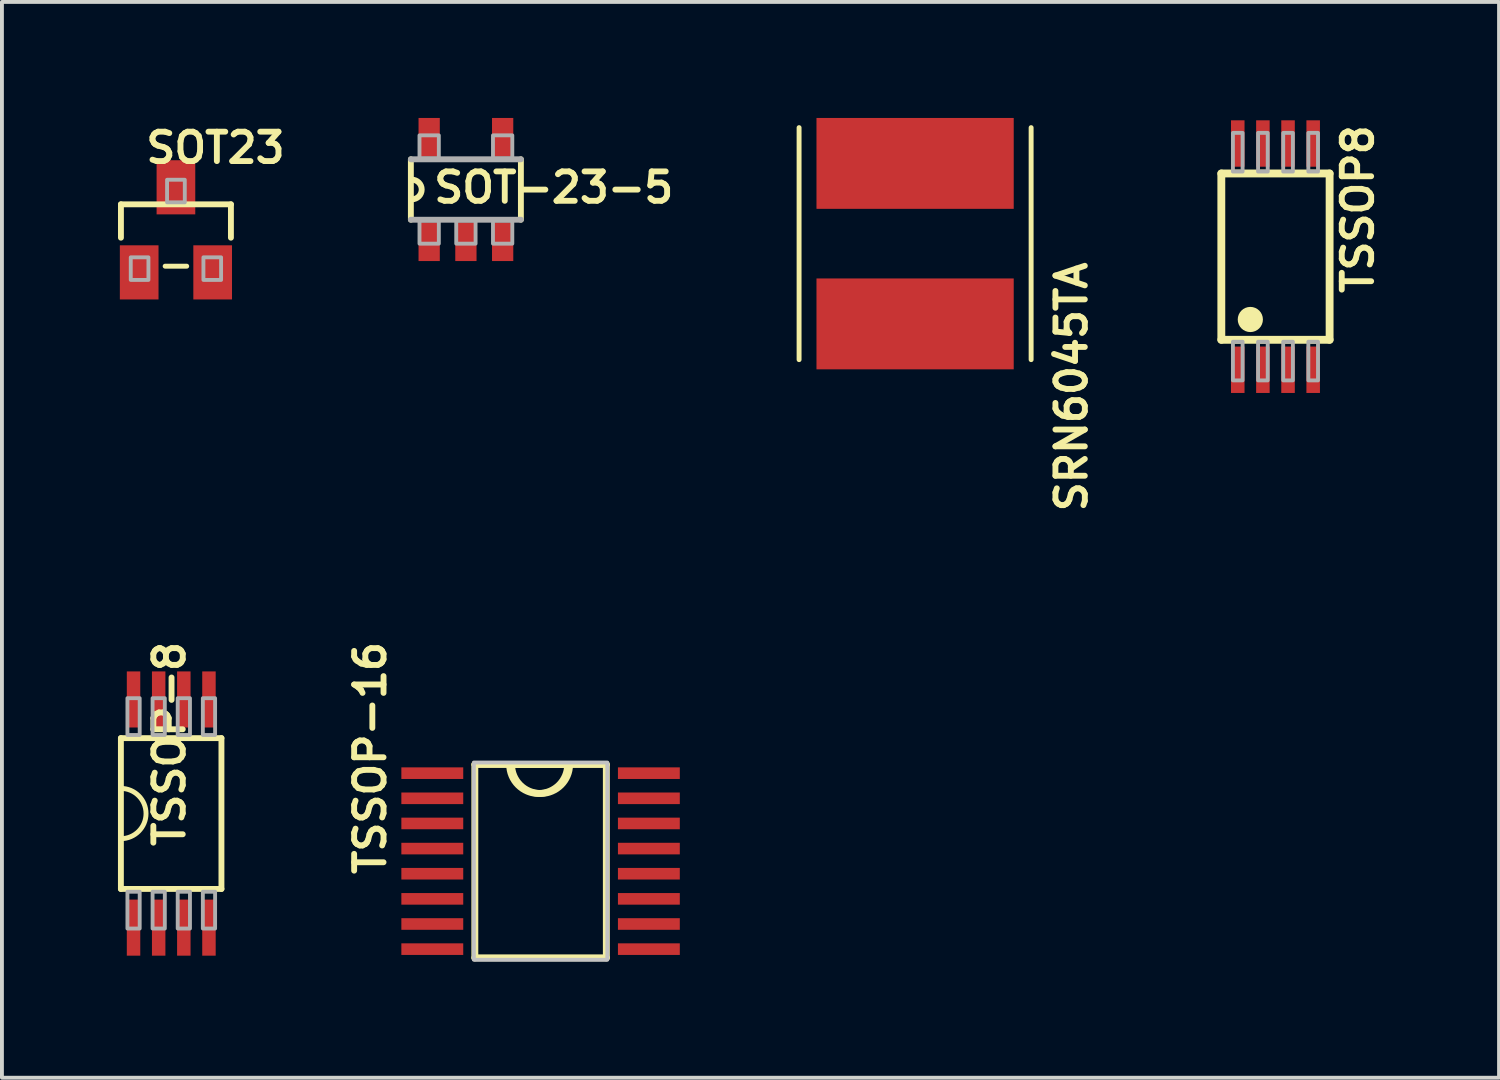
<source format=kicad_pcb>
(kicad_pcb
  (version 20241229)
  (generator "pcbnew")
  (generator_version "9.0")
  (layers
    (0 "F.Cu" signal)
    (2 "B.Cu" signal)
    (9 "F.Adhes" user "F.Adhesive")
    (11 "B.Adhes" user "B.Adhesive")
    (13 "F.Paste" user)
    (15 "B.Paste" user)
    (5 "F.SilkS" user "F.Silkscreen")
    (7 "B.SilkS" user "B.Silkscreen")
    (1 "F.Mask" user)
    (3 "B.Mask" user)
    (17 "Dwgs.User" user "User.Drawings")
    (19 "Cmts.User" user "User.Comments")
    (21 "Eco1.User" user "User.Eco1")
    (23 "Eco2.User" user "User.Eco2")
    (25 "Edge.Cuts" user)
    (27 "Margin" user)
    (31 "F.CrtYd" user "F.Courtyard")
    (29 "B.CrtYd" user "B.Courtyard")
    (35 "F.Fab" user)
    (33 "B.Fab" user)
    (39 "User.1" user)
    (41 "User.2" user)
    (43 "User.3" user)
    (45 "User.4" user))
  (footprint "SOT-23-5"
    (layer "F.Cu")
    (at 8.997 1.85)
    (property "Reference" "SOT-23-5" (at -0.905 0.393 0) (layer "F.SilkS") (effects (font (size 0.76 0.76) (thickness 0.152)) (justify left bottom)))
    (attr through_hole)
    (fp_line (start -1.423 0.781) (end -1.423 -0.781) (stroke (width 0.152) (type solid)) (layer "F.SilkS"))
    (fp_line (start 1.422 -0.781) (end 1.422 0.781) (stroke (width 0.152) (type solid)) (layer "F.SilkS"))
    (fp_arc (start -1.397 -0.254) (mid -1.143 0) (end -1.397 0.254) (stroke (width 0.1524) (type solid)) (layer "F.SilkS"))
    (fp_line (start -1.423 -0.781) (end 1.422 -0.781) (stroke (width 0.152) (type solid)) (layer "F.Fab"))
    (fp_line (start 1.422 0.781) (end -1.423 0.781) (stroke (width 0.152) (type solid)) (layer "F.Fab"))
    (fp_poly (pts (xy -1.2 -0.8) (xy -0.7 -0.8) (xy -0.7 -1.4) (xy -1.2 -1.4)) (stroke (width 0.1) (type solid)) (fill no) (layer "F.Fab"))
    (fp_poly (pts (xy -1.2 1.4) (xy -0.7 1.4) (xy -0.7 0.8) (xy -1.2 0.8)) (stroke (width 0.1) (type solid)) (fill no) (layer "F.Fab"))
    (fp_poly (pts (xy -0.25 1.4) (xy 0.25 1.4) (xy 0.25 0.8) (xy -0.25 0.8)) (stroke (width 0.1) (type solid)) (fill no) (layer "F.Fab"))
    (fp_poly (pts (xy 0.7 -0.8) (xy 1.2 -0.8) (xy 1.2 -1.4) (xy 0.7 -1.4)) (stroke (width 0.1) (type solid)) (fill no) (layer "F.Fab"))
    (fp_poly (pts (xy 0.7 1.4) (xy 1.2 1.4) (xy 1.2 0.8) (xy 0.7 0.8)) (stroke (width 0.1) (type solid)) (fill no) (layer "F.Fab"))
    (pad "1" smd rect (at -0.95 1.35 90) (size 1 0.55) (layers "F.Cu" "F.Mask" "F.Paste"))
    (pad "2" smd rect (at 0 1.35 90) (size 1 0.55) (layers "F.Cu" "F.Mask" "F.Paste"))
    (pad "3" smd rect (at 0.95 1.35 90) (size 1 0.55) (layers "F.Cu" "F.Mask" "F.Paste"))
    (pad "4" smd rect (at 0.95 -1.35 90) (size 1 0.55) (layers "F.Cu" "F.Mask" "F.Paste"))
    (pad "5" smd rect (at -0.95 -1.35 90) (size 1 0.55) (layers "F.Cu" "F.Mask" "F.Paste")))
  (footprint "SOT23"
    (layer "F.Cu")
    (at 1.499 2.893)
    (property "Reference" "SOT23" (at -0.851 -1.677 180) (layer "F.SilkS") (effects (font (size 0.76 0.76) (thickness 0.152)) (justify left bottom)))
    (attr through_hole)
    (fp_line (start -1.422 -0.66) (end 1.422 -0.66) (stroke (width 0.152) (type solid)) (layer "F.SilkS"))
    (fp_line (start -1.422 0.203) (end -1.422 -0.66) (stroke (width 0.152) (type solid)) (layer "F.SilkS"))
    (fp_line (start -0.279 0.94) (end 0.279 0.94) (stroke (width 0.127) (type solid)) (layer "F.SilkS"))
    (fp_line (start 1.422 -0.66) (end 1.422 0.203) (stroke (width 0.152) (type solid)) (layer "F.SilkS"))
    (fp_poly (pts (xy -1.168 1.295) (xy -0.711 1.295) (xy -0.711 0.711) (xy -1.168 0.711)) (stroke (width 0.1) (type solid)) (fill no) (layer "F.Fab"))
    (fp_poly (pts (xy -0.229 -0.711) (xy 0.229 -0.711) (xy 0.229 -1.295) (xy -0.229 -1.295)) (stroke (width 0.1) (type solid)) (fill no) (layer "F.Fab"))
    (fp_poly (pts (xy 0.711 1.295) (xy 1.168 1.295) (xy 1.168 0.711) (xy 0.711 0.711)) (stroke (width 0.1) (type solid)) (fill no) (layer "F.Fab"))
    (pad "1" smd rect (at -0.95 1.1) (size 1 1.4) (layers "F.Cu" "F.Mask" "F.Paste"))
    (pad "2" smd rect (at 0.95 1.1) (size 1 1.4) (layers "F.Cu" "F.Mask" "F.Paste"))
    (pad "3" smd rect (at 0 -1.1) (size 1 1.4) (layers "F.Cu" "F.Mask" "F.Paste")))
  (footprint "SRN6045TA"
    (layer "F.Cu")
    (at 20.612 3.25)
    (property "Reference" "SRN6045TA" (at 3.6 0.4 90) (layer "F.SilkS") (effects (font (size 0.76 0.76) (thickness 0.152)) (justify right top)))
    (attr through_hole)
    (fp_line (start -3 -3) (end -3 3) (stroke (width 0.127) (type solid)) (layer "F.SilkS"))
    (fp_line (start 3 3) (end 3 -3) (stroke (width 0.127) (type solid)) (layer "F.SilkS"))
    (pad "1" smd rect (at 0 -2.075 180) (size 5.1 2.35) (layers "F.Cu" "F.Mask" "F.Paste"))
    (pad "2" smd rect (at 0 2.075 180) (size 5.1 2.35) (layers "F.Cu" "F.Mask" "F.Paste")))
  (footprint "TSSOP8"
    (layer "F.Cu")
    (at 29.93 3.586)
    (property "Reference" "TSSOP8" (at 2.575 1.025 90) (layer "F.SilkS") (effects (font (size 0.76 0.76) (thickness 0.152)) (justify left bottom)))
    (attr through_hole)
    (fp_line (start -1.4 -2.15) (end -1.4 2.15) (stroke (width 0.203) (type solid)) (layer "F.SilkS"))
    (fp_line (start -1.4 2.15) (end 1.4 2.15) (stroke (width 0.203) (type solid)) (layer "F.SilkS"))
    (fp_line (start 1.4 -2.15) (end -1.4 -2.15) (stroke (width 0.203) (type solid)) (layer "F.SilkS"))
    (fp_line (start 1.4 2.15) (end 1.4 -2.15) (stroke (width 0.203) (type solid)) (layer "F.SilkS"))
    (fp_circle (center -0.65 1.625) (end -0.487 1.625) (stroke (width 0.325) (type solid)) (fill no) (layer "F.SilkS"))
    (fp_poly (pts (xy -1.1 -2.2) (xy -0.85 -2.2) (xy -0.85 -3.2) (xy -1.1 -3.2)) (stroke (width 0.1) (type solid)) (fill no) (layer "F.Fab"))
    (fp_poly (pts (xy -1.1 3.2) (xy -0.85 3.2) (xy -0.85 2.2) (xy -1.1 2.2)) (stroke (width 0.1) (type solid)) (fill no) (layer "F.Fab"))
    (fp_poly (pts (xy -0.45 -2.2) (xy -0.2 -2.2) (xy -0.2 -3.2) (xy -0.45 -3.2)) (stroke (width 0.1) (type solid)) (fill no) (layer "F.Fab"))
    (fp_poly (pts (xy -0.45 3.2) (xy -0.2 3.2) (xy -0.2 2.2) (xy -0.45 2.2)) (stroke (width 0.1) (type solid)) (fill no) (layer "F.Fab"))
    (fp_poly (pts (xy 0.2 -2.2) (xy 0.45 -2.2) (xy 0.45 -3.2) (xy 0.2 -3.2)) (stroke (width 0.1) (type solid)) (fill no) (layer "F.Fab"))
    (fp_poly (pts (xy 0.2 3.2) (xy 0.45 3.2) (xy 0.45 2.2) (xy 0.2 2.2)) (stroke (width 0.1) (type solid)) (fill no) (layer "F.Fab"))
    (fp_poly (pts (xy 0.85 -2.2) (xy 1.1 -2.2) (xy 1.1 -3.2) (xy 0.85 -3.2)) (stroke (width 0.1) (type solid)) (fill no) (layer "F.Fab"))
    (fp_poly (pts (xy 0.85 3.2) (xy 1.1 3.2) (xy 1.1 2.2) (xy 0.85 2.2)) (stroke (width 0.1) (type solid)) (fill no) (layer "F.Fab"))
    (pad "1" smd rect (at -0.975 2.925) (size 0.35 1.2) (layers "F.Cu" "F.Mask" "F.Paste"))
    (pad "2" smd rect (at -0.325 2.925) (size 0.35 1.2) (layers "F.Cu" "F.Mask" "F.Paste"))
    (pad "3" smd rect (at 0.325 2.925) (size 0.35 1.2) (layers "F.Cu" "F.Mask" "F.Paste"))
    (pad "4" smd rect (at 0.975 2.925) (size 0.35 1.2) (layers "F.Cu" "F.Mask" "F.Paste"))
    (pad "5" smd rect (at 0.975 -2.925) (size 0.35 1.2) (layers "F.Cu" "F.Mask" "F.Paste"))
    (pad "6" smd rect (at 0.325 -2.925) (size 0.35 1.2) (layers "F.Cu" "F.Mask" "F.Paste"))
    (pad "7" smd rect (at -0.325 -2.925) (size 0.35 1.2) (layers "F.Cu" "F.Mask" "F.Paste"))
    (pad "8" smd rect (at -0.975 -2.925) (size 0.35 1.2) (layers "F.Cu" "F.Mask" "F.Paste")))
  (footprint "TSSOP-8"
    (layer "F.Cu")
    (at 1.376 17.986)
    (property "Reference" "TSSOP-8" (at 0.4 0.925 90) (layer "F.SilkS") (effects (font (size 0.76 0.76) (thickness 0.152)) (justify left bottom)))
    (attr through_hole)
    (fp_line (start -1.3 -1.95) (end 1.3 -1.95) (stroke (width 0.152) (type solid)) (layer "F.SilkS"))
    (fp_line (start -1.3 1.95) (end -1.3 -1.95) (stroke (width 0.152) (type solid)) (layer "F.SilkS"))
    (fp_line (start 1.3 -1.95) (end 1.3 1.95) (stroke (width 0.152) (type solid)) (layer "F.SilkS"))
    (fp_line (start 1.3 1.95) (end -1.3 1.95) (stroke (width 0.152) (type solid)) (layer "F.SilkS"))
    (fp_arc (start -1.3 -0.65) (mid -0.65 0) (end -1.3 0.65) (stroke (width 0.127) (type solid)) (layer "F.SilkS"))
    (fp_poly (pts (xy -1.131 -2.031) (xy -0.814 -2.031) (xy -0.814 -2.983) (xy -1.131 -2.983)) (stroke (width 0.1) (type solid)) (fill no) (layer "F.Fab"))
    (fp_poly (pts (xy -1.131 2.973) (xy -0.814 2.973) (xy -0.814 2.021) (xy -1.131 2.021)) (stroke (width 0.1) (type solid)) (fill no) (layer "F.Fab"))
    (fp_poly (pts (xy -0.481 -2.031) (xy -0.164 -2.031) (xy -0.164 -2.983) (xy -0.481 -2.983)) (stroke (width 0.1) (type solid)) (fill no) (layer "F.Fab"))
    (fp_poly (pts (xy -0.481 2.973) (xy -0.164 2.973) (xy -0.164 2.021) (xy -0.481 2.021)) (stroke (width 0.1) (type solid)) (fill no) (layer "F.Fab"))
    (fp_poly (pts (xy 0.169 -2.031) (xy 0.486 -2.031) (xy 0.486 -2.983) (xy 0.169 -2.983)) (stroke (width 0.1) (type solid)) (fill no) (layer "F.Fab"))
    (fp_poly (pts (xy 0.169 2.973) (xy 0.486 2.973) (xy 0.486 2.021) (xy 0.169 2.021)) (stroke (width 0.1) (type solid)) (fill no) (layer "F.Fab"))
    (fp_poly (pts (xy 0.819 -2.031) (xy 1.136 -2.031) (xy 1.136 -2.983) (xy 0.819 -2.983)) (stroke (width 0.1) (type solid)) (fill no) (layer "F.Fab"))
    (fp_poly (pts (xy 0.819 2.973) (xy 1.136 2.973) (xy 1.136 2.021) (xy 0.819 2.021)) (stroke (width 0.1) (type solid)) (fill no) (layer "F.Fab"))
    (pad "1" smd rect (at -0.973 2.95) (size 0.348 1.45) (layers "F.Cu" "F.Mask" "F.Paste"))
    (pad "2" smd rect (at -0.323 2.95) (size 0.348 1.45) (layers "F.Cu" "F.Mask" "F.Paste"))
    (pad "3" smd rect (at 0.327 2.95) (size 0.348 1.45) (layers "F.Cu" "F.Mask" "F.Paste"))
    (pad "4" smd rect (at 0.977 2.95) (size 0.348 1.45) (layers "F.Cu" "F.Mask" "F.Paste"))
    (pad "5" smd rect (at 0.977 -2.95) (size 0.348 1.45) (layers "F.Cu" "F.Mask" "F.Paste"))
    (pad "6" smd rect (at 0.327 -2.95) (size 0.348 1.45) (layers "F.Cu" "F.Mask" "F.Paste"))
    (pad "7" smd rect (at -0.323 -2.95) (size 0.348 1.45) (layers "F.Cu" "F.Mask" "F.Paste"))
    (pad "8" smd rect (at -0.973 -2.95) (size 0.348 1.45) (layers "F.Cu" "F.Mask" "F.Paste")))
  (footprint "TSSOP-16"
    (layer "F.Cu")
    (at 10.928 19.217)
    (property "Reference" "TSSOP-16" (at -3.96 0.418 90) (layer "F.SilkS") (effects (font (size 0.76 0.76) (thickness 0.152)) (justify left bottom)))
    (attr through_hole)
    (fp_line (start -1.7 -2.5) (end -0.8 -2.5) (stroke (width 0.178) (type solid)) (layer "F.SilkS"))
    (fp_line (start -1.7 2.5) (end -1.7 -2.5) (stroke (width 0.178) (type solid)) (layer "F.SilkS"))
    (fp_line (start -0.8 -2.5) (end 0.7 -2.5) (stroke (width 0.178) (type solid)) (layer "F.SilkS"))
    (fp_line (start -0.75 -2.5) (end 0.75 -2.5) (stroke (width 0.178) (type solid)) (layer "F.SilkS"))
    (fp_line (start 0.7 -2.5) (end 1.7 -2.5) (stroke (width 0.178) (type solid)) (layer "F.SilkS"))
    (fp_line (start 1.7 -2.5) (end 1.7 2.5) (stroke (width 0.178) (type solid)) (layer "F.SilkS"))
    (fp_line (start 1.7 2.5) (end -1.7 2.5) (stroke (width 0.178) (type solid)) (layer "F.SilkS"))
    (fp_arc (start 0.7 -2.5) (mid -0.05 -1.75) (end -0.8 -2.5) (stroke (width 0.1778) (type solid)) (layer "F.SilkS"))
    (fp_arc (start 0.75 -2.5) (mid 0 -1.75) (end -0.75 -2.5) (stroke (width 0.1778) (type solid)) (layer "F.SilkS"))
    (fp_poly (pts (xy -1.725 2.55) (xy 1.725 2.55) (xy 1.725 -2.55) (xy -1.725 -2.55)) (stroke (width 0.1) (type solid)) (fill no) (layer "Dwgs.User"))
    (pad "1" smd rect (at -2.8 -2.275 270) (size 0.3 1.6) (layers "F.Cu" "F.Mask" "F.Paste"))
    (pad "2" smd rect (at -2.8 -1.625 270) (size 0.3 1.6) (layers "F.Cu" "F.Mask" "F.Paste"))
    (pad "3" smd rect (at -2.8 -0.975 270) (size 0.3 1.6) (layers "F.Cu" "F.Mask" "F.Paste"))
    (pad "4" smd rect (at -2.8 -0.325 270) (size 0.3 1.6) (layers "F.Cu" "F.Mask" "F.Paste"))
    (pad "5" smd rect (at -2.8 0.325 270) (size 0.3 1.6) (layers "F.Cu" "F.Mask" "F.Paste"))
    (pad "6" smd rect (at -2.8 0.975 270) (size 0.3 1.6) (layers "F.Cu" "F.Mask" "F.Paste"))
    (pad "7" smd rect (at -2.8 1.625 270) (size 0.3 1.6) (layers "F.Cu" "F.Mask" "F.Paste"))
    (pad "8" smd rect (at -2.8 2.275 270) (size 0.3 1.6) (layers "F.Cu" "F.Mask" "F.Paste"))
    (pad "9" smd rect (at 2.8 2.275 270) (size 0.3 1.6) (layers "F.Cu" "F.Mask" "F.Paste"))
    (pad "10" smd rect (at 2.8 1.625 270) (size 0.3 1.6) (layers "F.Cu" "F.Mask" "F.Paste"))
    (pad "11" smd rect (at 2.8 0.975 270) (size 0.3 1.6) (layers "F.Cu" "F.Mask" "F.Paste"))
    (pad "12" smd rect (at 2.8 0.325 270) (size 0.3 1.6) (layers "F.Cu" "F.Mask" "F.Paste"))
    (pad "13" smd rect (at 2.8 -0.325 270) (size 0.3 1.6) (layers "F.Cu" "F.Mask" "F.Paste"))
    (pad "14" smd rect (at 2.8 -0.975 270) (size 0.3 1.6) (layers "F.Cu" "F.Mask" "F.Paste"))
    (pad "15" smd rect (at 2.8 -1.625 270) (size 0.3 1.6) (layers "F.Cu" "F.Mask" "F.Paste"))
    (pad "16" smd rect (at 2.8 -2.275 270) (size 0.3 1.6) (layers "F.Cu" "F.Mask" "F.Paste")))
  (gr_rect
    (start -3 -3)
    (end 35.711 24.817)
    (stroke (width 0.1) (type default))
    (fill no)
    (layer "Edge.Cuts")))
</source>
